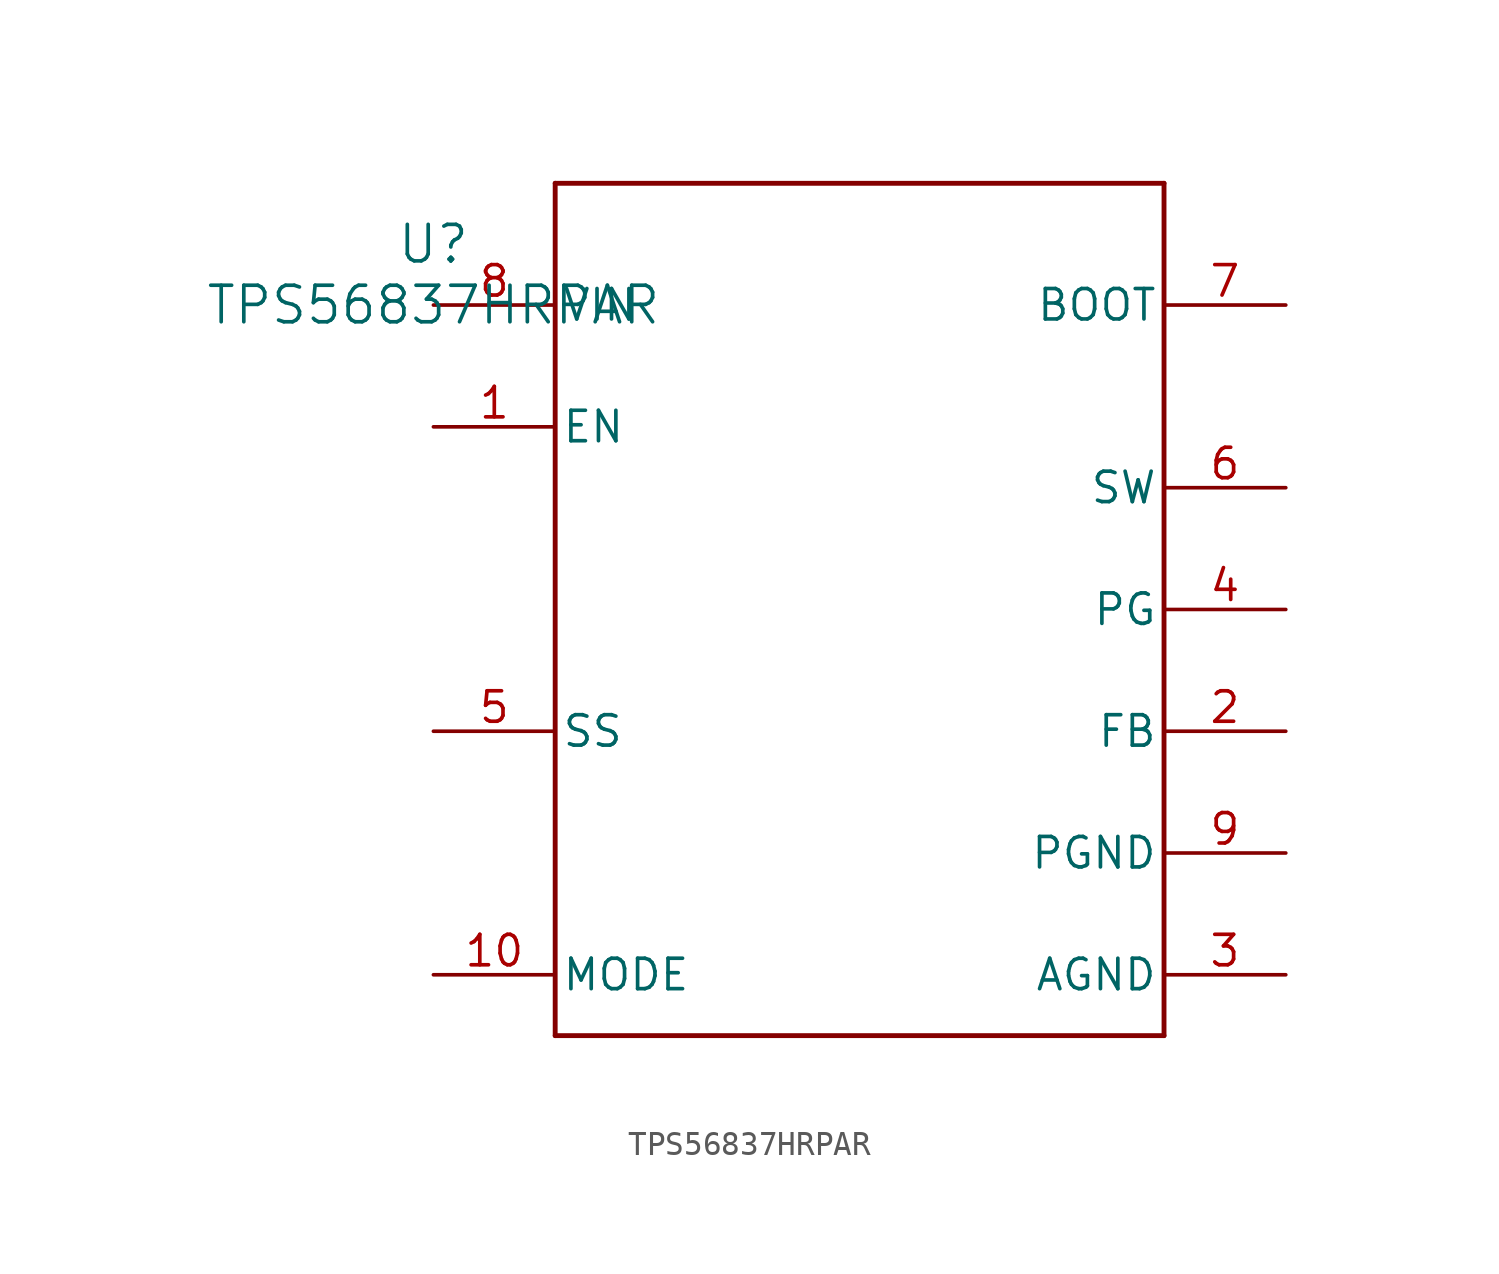
<source format=kicad_sym>
(kicad_symbol_lib
  (version 20211014)
  (generator kicad_symbol_editor)
  (symbol "TPS56837HRPAR"
    (pin_names
      (offset 0.254))
    (property "Reference" "U"
      (at 0 2.54 0)
      (effects (font (size 1.524 1.524))))
    (property "Value" "TPS56837HRPAR"
      (at 0 0 0)
      (effects (font (size 1.524 1.524))))
    (polyline
      (pts (xy 5.08 -30.48) (xy 30.48 -30.48))
      (stroke (width 0.203) (type default) (color 0 0 0 0))
      (fill (type none)))
    (polyline
      (pts (xy 30.48 -30.48) (xy 30.48 5.08))
      (stroke (width 0.203) (type default) (color 0 0 0 0))
      (fill (type none)))
    (polyline
      (pts (xy 30.48 5.08) (xy 5.08 5.08))
      (stroke (width 0.203) (type default) (color 0 0 0 0))
      (fill (type none)))
    (polyline
      (pts (xy 5.08 5.08) (xy 5.08 -30.48))
      (stroke (width 0.203) (type default) (color 0 0 0 0))
      (fill (type none)))
    (pin input line
      (at 0 -5.08 0)
      (length 5.08)
      (name "EN" (effects (font (size 1.27 1.27))))
      (number "1" (effects (font (size 1.27 1.27)))))
    (pin unspecified line
      (at 35.56 -17.78 180)
      (length 5.08)
      (name "FB" (effects (font (size 1.27 1.27))))
      (number "2" (effects (font (size 1.27 1.27)))))
    (pin power_in line
      (at 35.56 -27.94 180)
      (length 5.08)
      (name "AGND" (effects (font (size 1.27 1.27))))
      (number "3" (effects (font (size 1.27 1.27)))))
    (pin open_collector line
      (at 35.56 -12.7 180)
      (length 5.08)
      (name "PG" (effects (font (size 1.27 1.27))))
      (number "4" (effects (font (size 1.27 1.27)))))
    (pin unspecified line
      (at 0 -17.78 0)
      (length 5.08)
      (name "SS" (effects (font (size 1.27 1.27))))
      (number "5" (effects (font (size 1.27 1.27)))))
    (pin unspecified line
      (at 35.56 -7.62 180)
      (length 5.08)
      (name "SW" (effects (font (size 1.27 1.27))))
      (number "6" (effects (font (size 1.27 1.27)))))
    (pin unspecified line
      (at 35.56 0 180)
      (length 5.08)
      (name "BOOT" (effects (font (size 1.27 1.27))))
      (number "7" (effects (font (size 1.27 1.27)))))
    (pin power_in line
      (at 0 0 0)
      (length 5.08)
      (name "VIN" (effects (font (size 1.27 1.27))))
      (number "8" (effects (font (size 1.27 1.27)))))
    (pin power_in line
      (at 35.56 -22.86 180)
      (length 5.08)
      (name "PGND" (effects (font (size 1.27 1.27))))
      (number "9" (effects (font (size 1.27 1.27)))))
    (pin unspecified line
      (at 0 -27.94 0)
      (length 5.08)
      (name "MODE" (effects (font (size 1.27 1.27))))
      (number "10" (effects (font (size 1.27 1.27)))))))
</source>
